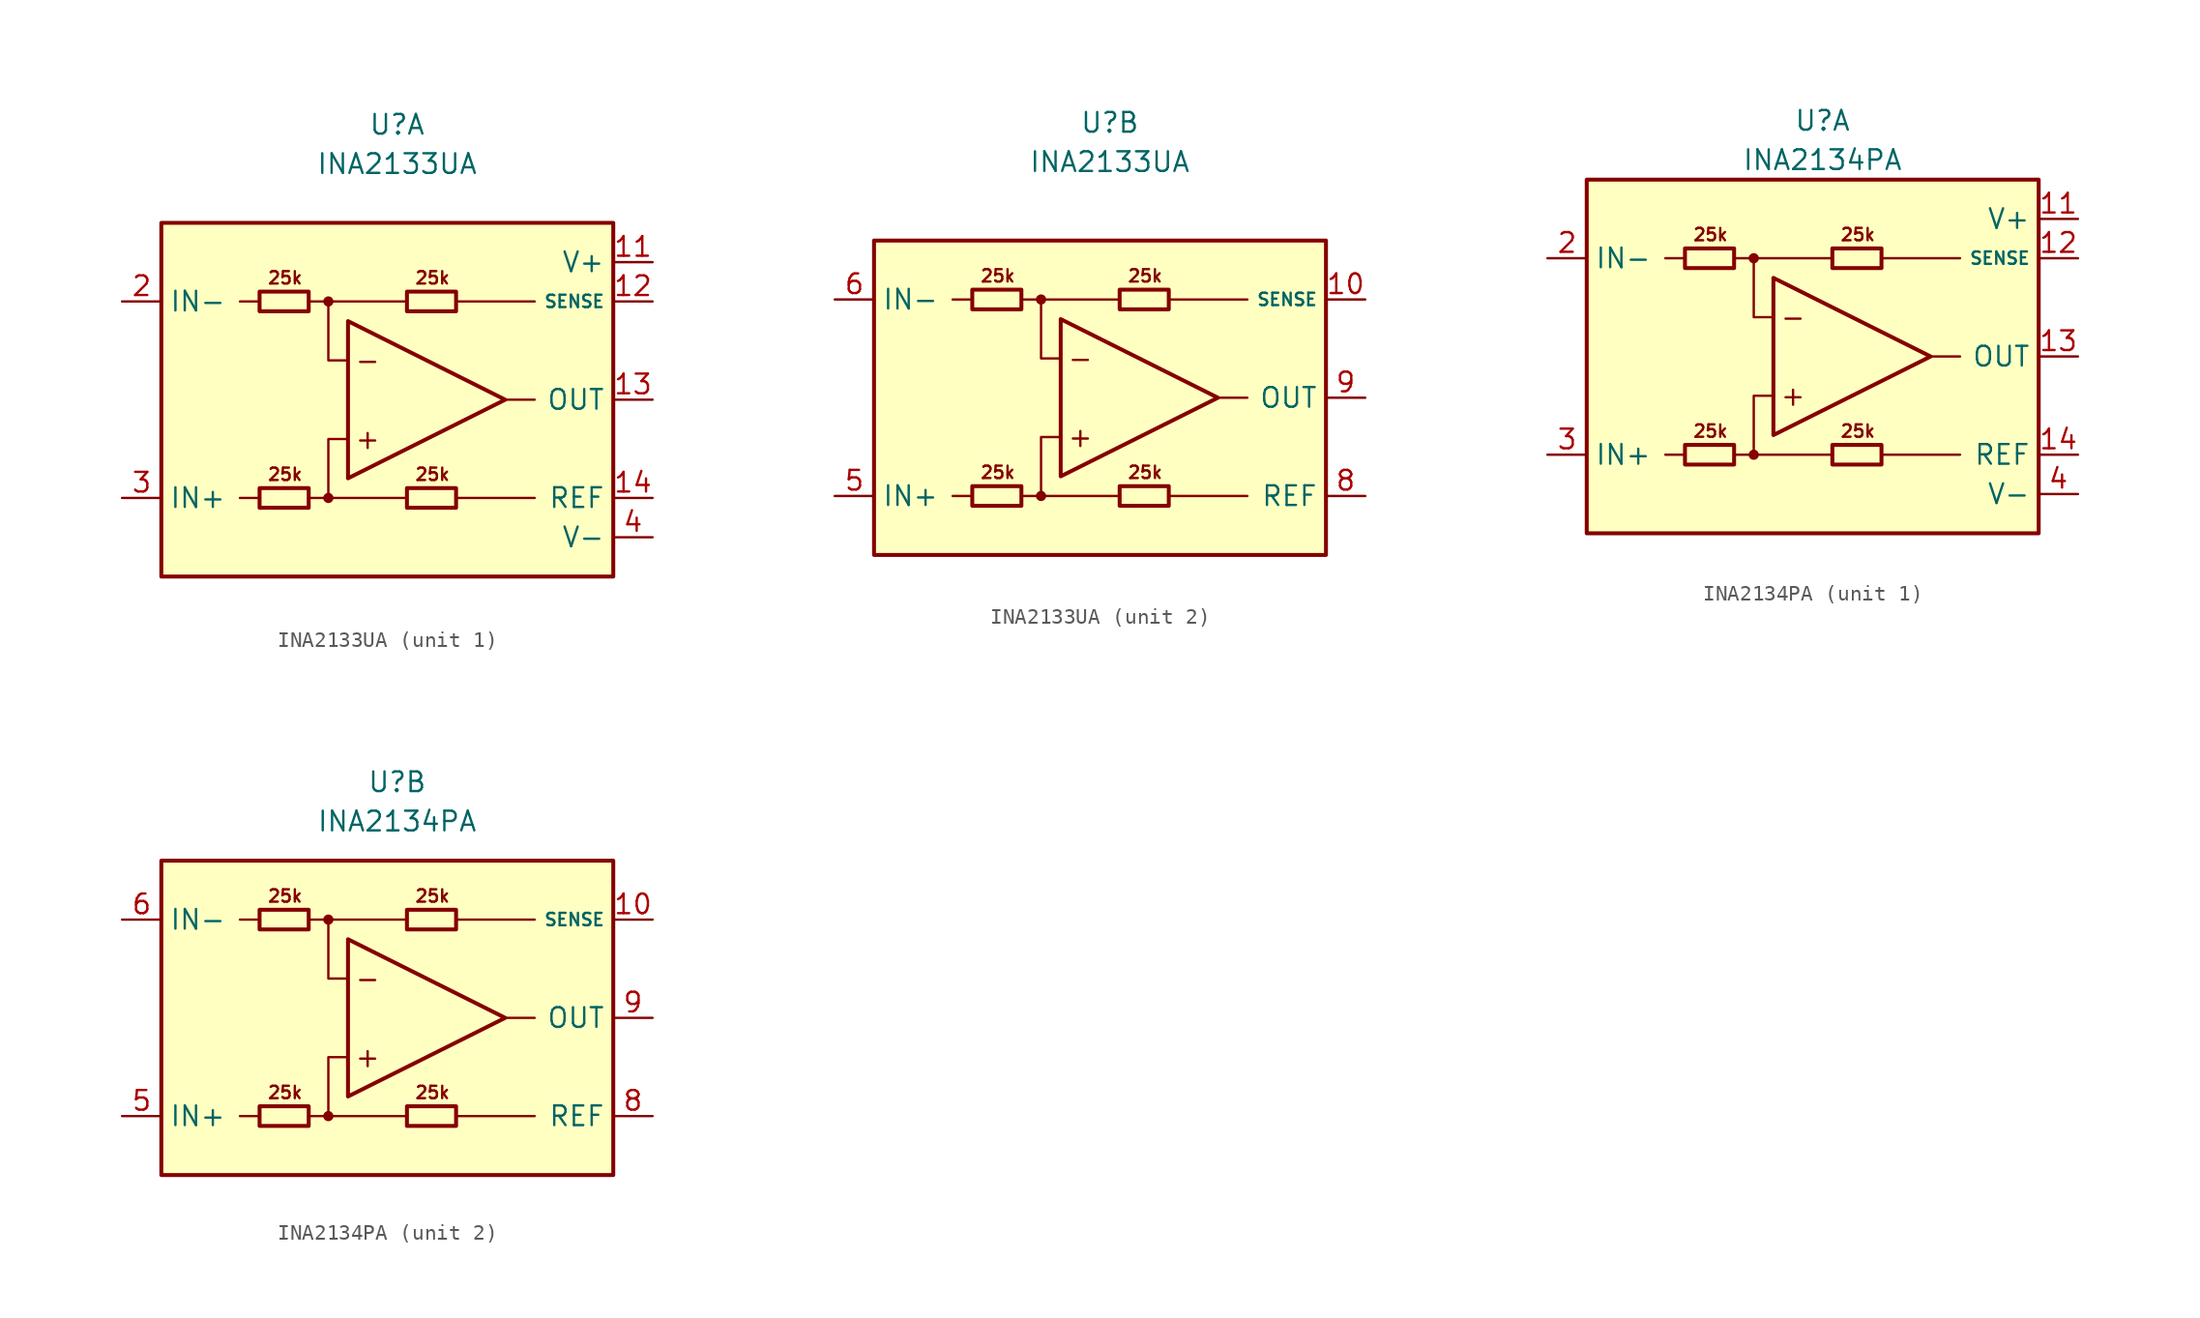
<source format=kicad_sym>
(kicad_symbol_lib
  (version 20211014)
  (generator kicad_symbol_editor)
  (symbol "INA2133UA"
    (property "Reference" "U"
      (at 0 17.78 0)
      (effects (font (size 1.27 1.27))))
    (property "Value" "INA2133UA"
      (at 0 15.24 0)
      (effects (font (size 1.27 1.27))))
    (property "ki_locked" ""
      (at 0 0 0)
      (effects (font (size 1.27 1.27))))
    (symbol "INA2133UA_0_0"
      (circle (center -4.445 -6.35) (radius 0.254) (stroke (width 0.152) (type default) (color 0 0 0 0)) (fill (type outline)))
      (circle (center -4.445 6.35) (radius 0.254) (stroke (width 0.152) (type default) (color 0 0 0 0)) (fill (type outline)))
      (polyline (pts (xy -8.89 -6.35) (xy -10.16 -6.35)) (stroke (width 0.152) (type default) (color 0 0 0 0)) (fill (type none)))
      (polyline (pts (xy -8.89 6.35) (xy -10.16 6.35)) (stroke (width 0.152) (type default) (color 0 0 0 0)) (fill (type none)))
      (polyline (pts (xy -4.445 6.35) (xy 0.635 6.35)) (stroke (width 0.152) (type default) (color 0 0 0 0)) (fill (type none)))
      (polyline (pts (xy 0.635 -6.35) (xy -4.445 -6.35)) (stroke (width 0.152) (type default) (color 0 0 0 0)) (fill (type none)))
      (polyline (pts (xy 3.81 -6.35) (xy 8.89 -6.35)) (stroke (width 0.152) (type default) (color 0 0 0 0)) (fill (type none)))
      (polyline (pts (xy 3.81 6.35) (xy 8.89 6.35)) (stroke (width 0.152) (type default) (color 0 0 0 0)) (fill (type none)))
      (polyline (pts (xy 8.89 0) (xy 6.985 0)) (stroke (width 0.152) (type default) (color 0 0 0 0)) (fill (type none)))
      (polyline (pts (xy -5.715 -6.35) (xy -4.445 -6.35) (xy -4.445 -2.54) (xy -3.175 -2.54)) (stroke (width 0.152) (type default) (color 0 0 0 0)) (fill (type none)))
      (polyline (pts (xy -3.175 2.54) (xy -4.445 2.54) (xy -4.445 6.35) (xy -5.715 6.35)) (stroke (width 0.152) (type default) (color 0 0 0 0)) (fill (type none)))
      (text "+" (at -1.905 -2.54 0) (effects (font (size 1.27 1.27))))
      (text "-" (at -1.905 2.54 0) (effects (font (size 1.27 1.27))))
      (text "25k" (at -7.239 -4.826 0) (effects (font (size 0.8 0.8))))
      (text "25k" (at -7.239 7.874 0) (effects (font (size 0.8 0.8))))
      (text "25k" (at 2.286 -4.826 0) (effects (font (size 0.8 0.8))))
      (text "25k" (at 2.286 7.874 0) (effects (font (size 0.8 0.8)))))
    (symbol "INA2133UA_0_1"
      (rectangle (start -8.89 -5.715) (end -5.715 -6.985) (stroke (width 0.254) (type default) (color 0 0 0 0)) (fill (type none)))
      (rectangle (start -8.89 6.985) (end -5.715 5.715) (stroke (width 0.254) (type default) (color 0 0 0 0)) (fill (type none)))
      (polyline (pts (xy -3.175 5.08) (xy -3.175 -5.08) (xy 6.985 0) (xy -3.175 5.08)) (stroke (width 0.254) (type default) (color 0 0 0 0)) (fill (type none)))
      (rectangle (start 0.635 -5.715) (end 3.81 -6.985) (stroke (width 0.254) (type default) (color 0 0 0 0)) (fill (type none)))
      (rectangle (start 0.635 6.985) (end 3.81 5.715) (stroke (width 0.254) (type default) (color 0 0 0 0)) (fill (type none))))
    (symbol "INA2133UA_1_0"
      (rectangle (start -15.24 11.43) (end 13.97 -11.43) (stroke (width 0.254) (type default) (color 0 0 0 0)) (fill (type background))))
    (symbol "INA2133UA_1_1"
      (pin no_connect line (at -10.16 1.27 0) (length 2.54) hide (name "NC" (effects (font (size 1.27 1.27)))) (number "1" (effects (font (size 1.27 1.27)))))
      (pin power_in line (at 16.51 8.89 180) (length 2.54) (name "V+" (effects (font (size 1.27 1.27)))) (number "11" (effects (font (size 1.27 1.27)))))
      (pin input line (at 16.51 6.35 180) (length 2.54) (name "SENSE" (effects (font (size 0.8 0.8)))) (number "12" (effects (font (size 1.27 1.27)))))
      (pin output line (at 16.51 0 180) (length 2.54) (name "OUT" (effects (font (size 1.27 1.27)))) (number "13" (effects (font (size 1.27 1.27)))))
      (pin input line (at 16.51 -6.35 180) (length 2.54) (name "REF" (effects (font (size 1.27 1.27)))) (number "14" (effects (font (size 1.27 1.27)))))
      (pin input line (at -17.78 6.35 0) (length 2.54) (name "IN-" (effects (font (size 1.27 1.27)))) (number "2" (effects (font (size 1.27 1.27)))))
      (pin input line (at -17.78 -6.35 0) (length 2.54) (name "IN+" (effects (font (size 1.27 1.27)))) (number "3" (effects (font (size 1.27 1.27)))))
      (pin power_in line (at 16.51 -8.89 180) (length 2.54) (name "V-" (effects (font (size 1.27 1.27)))) (number "4" (effects (font (size 1.27 1.27)))))
      (pin no_connect line (at -10.16 -1.27 0) (length 2.54) hide (name "NC" (effects (font (size 1.27 1.27)))) (number "7" (effects (font (size 1.27 1.27))))))
    (symbol "INA2133UA_2_0"
      (rectangle (start -15.24 10.16) (end 13.97 -10.16) (stroke (width 0.254) (type default) (color 0 0 0 0)) (fill (type background))))
    (symbol "INA2133UA_2_1"
      (pin input line (at 16.51 6.35 180) (length 2.54) (name "SENSE" (effects (font (size 0.8 0.8)))) (number "10" (effects (font (size 1.27 1.27)))))
      (pin input line (at -17.78 -6.35 0) (length 2.54) (name "IN+" (effects (font (size 1.27 1.27)))) (number "5" (effects (font (size 1.27 1.27)))))
      (pin input line (at -17.78 6.35 0) (length 2.54) (name "IN-" (effects (font (size 1.27 1.27)))) (number "6" (effects (font (size 1.27 1.27)))))
      (pin input line (at 16.51 -6.35 180) (length 2.54) (name "REF" (effects (font (size 1.27 1.27)))) (number "8" (effects (font (size 1.27 1.27)))))
      (pin output line (at 16.51 0 180) (length 2.54) (name "OUT" (effects (font (size 1.27 1.27)))) (number "9" (effects (font (size 1.27 1.27)))))))
  (symbol "INA2134PA"
    (property "Reference" "U"
      (at 0 15.24 0)
      (effects (font (size 1.27 1.27))))
    (property "Value" "INA2134PA"
      (at 0 12.7 0)
      (effects (font (size 1.27 1.27))))
    (property "ki_locked" ""
      (at 0 0 0)
      (effects (font (size 1.27 1.27))))
    (symbol "INA2134PA_0_0"
      (circle (center -4.445 -6.35) (radius 0.254) (stroke (width 0.152) (type default) (color 0 0 0 0)) (fill (type outline)))
      (circle (center -4.445 6.35) (radius 0.254) (stroke (width 0.152) (type default) (color 0 0 0 0)) (fill (type outline)))
      (polyline (pts (xy -8.89 -6.35) (xy -10.16 -6.35)) (stroke (width 0.152) (type default) (color 0 0 0 0)) (fill (type none)))
      (polyline (pts (xy -8.89 6.35) (xy -10.16 6.35)) (stroke (width 0.152) (type default) (color 0 0 0 0)) (fill (type none)))
      (polyline (pts (xy -4.445 6.35) (xy 0.635 6.35)) (stroke (width 0.152) (type default) (color 0 0 0 0)) (fill (type none)))
      (polyline (pts (xy 0.635 -6.35) (xy -4.445 -6.35)) (stroke (width 0.152) (type default) (color 0 0 0 0)) (fill (type none)))
      (polyline (pts (xy 3.81 -6.35) (xy 8.89 -6.35)) (stroke (width 0.152) (type default) (color 0 0 0 0)) (fill (type none)))
      (polyline (pts (xy 3.81 6.35) (xy 8.89 6.35)) (stroke (width 0.152) (type default) (color 0 0 0 0)) (fill (type none)))
      (polyline (pts (xy 8.89 0) (xy 6.985 0)) (stroke (width 0.152) (type default) (color 0 0 0 0)) (fill (type none)))
      (polyline (pts (xy -5.715 -6.35) (xy -4.445 -6.35) (xy -4.445 -2.54) (xy -3.175 -2.54)) (stroke (width 0.152) (type default) (color 0 0 0 0)) (fill (type none)))
      (polyline (pts (xy -3.175 2.54) (xy -4.445 2.54) (xy -4.445 6.35) (xy -5.715 6.35)) (stroke (width 0.152) (type default) (color 0 0 0 0)) (fill (type none)))
      (text "+" (at -1.905 -2.54 0) (effects (font (size 1.27 1.27))))
      (text "-" (at -1.905 2.54 0) (effects (font (size 1.27 1.27))))
      (text "25k" (at -7.239 -4.826 0) (effects (font (size 0.8 0.8))))
      (text "25k" (at -7.239 7.874 0) (effects (font (size 0.8 0.8))))
      (text "25k" (at 2.286 -4.826 0) (effects (font (size 0.8 0.8))))
      (text "25k" (at 2.286 7.874 0) (effects (font (size 0.8 0.8)))))
    (symbol "INA2134PA_0_1"
      (rectangle (start -8.89 -5.715) (end -5.715 -6.985) (stroke (width 0.254) (type default) (color 0 0 0 0)) (fill (type none)))
      (rectangle (start -8.89 6.985) (end -5.715 5.715) (stroke (width 0.254) (type default) (color 0 0 0 0)) (fill (type none)))
      (polyline (pts (xy -3.175 5.08) (xy -3.175 -5.08) (xy 6.985 0) (xy -3.175 5.08)) (stroke (width 0.254) (type default) (color 0 0 0 0)) (fill (type none)))
      (rectangle (start 0.635 -5.715) (end 3.81 -6.985) (stroke (width 0.254) (type default) (color 0 0 0 0)) (fill (type none)))
      (rectangle (start 0.635 6.985) (end 3.81 5.715) (stroke (width 0.254) (type default) (color 0 0 0 0)) (fill (type none))))
    (symbol "INA2134PA_1_0"
      (rectangle (start -15.24 11.43) (end 13.97 -11.43) (stroke (width 0.254) (type default) (color 0 0 0 0)) (fill (type background))))
    (symbol "INA2134PA_1_1"
      (pin no_connect line (at -10.16 1.27 0) (length 2.54) hide (name "NC" (effects (font (size 1.27 1.27)))) (number "1" (effects (font (size 1.27 1.27)))))
      (pin power_in line (at 16.51 8.89 180) (length 2.54) (name "V+" (effects (font (size 1.27 1.27)))) (number "11" (effects (font (size 1.27 1.27)))))
      (pin input line (at 16.51 6.35 180) (length 2.54) (name "SENSE" (effects (font (size 0.8 0.8)))) (number "12" (effects (font (size 1.27 1.27)))))
      (pin output line (at 16.51 0 180) (length 2.54) (name "OUT" (effects (font (size 1.27 1.27)))) (number "13" (effects (font (size 1.27 1.27)))))
      (pin input line (at 16.51 -6.35 180) (length 2.54) (name "REF" (effects (font (size 1.27 1.27)))) (number "14" (effects (font (size 1.27 1.27)))))
      (pin input line (at -17.78 6.35 0) (length 2.54) (name "IN-" (effects (font (size 1.27 1.27)))) (number "2" (effects (font (size 1.27 1.27)))))
      (pin input line (at -17.78 -6.35 0) (length 2.54) (name "IN+" (effects (font (size 1.27 1.27)))) (number "3" (effects (font (size 1.27 1.27)))))
      (pin power_in line (at 16.51 -8.89 180) (length 2.54) (name "V-" (effects (font (size 1.27 1.27)))) (number "4" (effects (font (size 1.27 1.27)))))
      (pin no_connect line (at -10.16 -1.27 0) (length 2.54) hide (name "NC" (effects (font (size 1.27 1.27)))) (number "7" (effects (font (size 1.27 1.27))))))
    (symbol "INA2134PA_2_0"
      (rectangle (start -15.24 10.16) (end 13.97 -10.16) (stroke (width 0.254) (type default) (color 0 0 0 0)) (fill (type background))))
    (symbol "INA2134PA_2_1"
      (pin input line (at 16.51 6.35 180) (length 2.54) (name "SENSE" (effects (font (size 0.8 0.8)))) (number "10" (effects (font (size 1.27 1.27)))))
      (pin input line (at -17.78 -6.35 0) (length 2.54) (name "IN+" (effects (font (size 1.27 1.27)))) (number "5" (effects (font (size 1.27 1.27)))))
      (pin input line (at -17.78 6.35 0) (length 2.54) (name "IN-" (effects (font (size 1.27 1.27)))) (number "6" (effects (font (size 1.27 1.27)))))
      (pin input line (at 16.51 -6.35 180) (length 2.54) (name "REF" (effects (font (size 1.27 1.27)))) (number "8" (effects (font (size 1.27 1.27)))))
      (pin output line (at 16.51 0 180) (length 2.54) (name "OUT" (effects (font (size 1.27 1.27)))) (number "9" (effects (font (size 1.27 1.27))))))))
</source>
